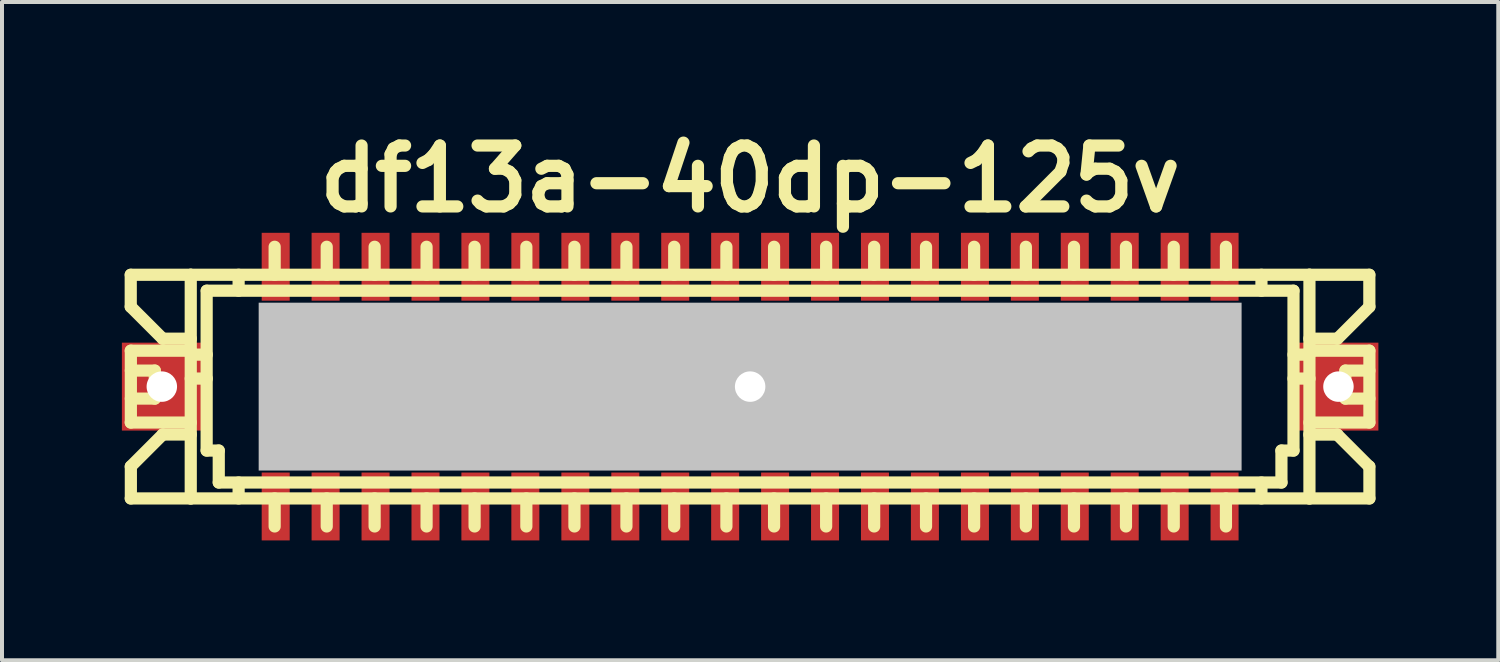
<source format=kicad_pcb>
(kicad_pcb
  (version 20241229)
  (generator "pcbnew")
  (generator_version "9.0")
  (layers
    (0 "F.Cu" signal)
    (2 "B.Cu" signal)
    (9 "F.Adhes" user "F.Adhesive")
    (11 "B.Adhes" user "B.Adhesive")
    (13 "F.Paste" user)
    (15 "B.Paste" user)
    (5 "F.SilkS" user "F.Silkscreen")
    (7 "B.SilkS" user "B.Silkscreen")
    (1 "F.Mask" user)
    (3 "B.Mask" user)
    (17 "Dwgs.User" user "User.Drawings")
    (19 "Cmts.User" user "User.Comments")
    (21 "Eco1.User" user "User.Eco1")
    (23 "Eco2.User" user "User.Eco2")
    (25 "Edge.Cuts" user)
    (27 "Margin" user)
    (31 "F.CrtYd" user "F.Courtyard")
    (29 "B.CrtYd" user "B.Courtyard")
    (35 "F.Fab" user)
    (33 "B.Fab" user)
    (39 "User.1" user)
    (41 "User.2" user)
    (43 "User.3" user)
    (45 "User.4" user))
  (footprint "df13a-40dp-125v"
    (layer "F.Cu")
    (at 15.724 6.626)
    (property "Reference" "df13a-40dp-125v" (at 0 -5.199 0) (layer "F.SilkS") (effects (font (size 1.524 1.524) (thickness 0.305))))
    (attr through_hole)
    (fp_line (start -15.502 -2.799) (end -15.502 -1.999) (stroke (width 0.305) (type solid)) (layer "F.SilkS"))
    (fp_line (start -15.502 -1.999) (end -14.702 -1.199) (stroke (width 0.305) (type solid)) (layer "F.SilkS"))
    (fp_line (start -15.502 -0.899) (end -14 -0.899) (stroke (width 0.305) (type solid)) (layer "F.SilkS"))
    (fp_line (start -15.502 0.899) (end -14 0.899) (stroke (width 0.305) (type solid)) (layer "F.SilkS"))
    (fp_line (start -15.502 2.799) (end -14 2.799) (stroke (width 0.305) (type solid)) (layer "F.SilkS"))
    (fp_line (start -15.499 -0.401) (end -14.9 -0.401) (stroke (width 0.305) (type solid)) (layer "F.SilkS"))
    (fp_line (start -15.499 0.899) (end -15.499 -0.899) (stroke (width 0.305) (type solid)) (layer "F.SilkS"))
    (fp_line (start -15.499 2.799) (end -15.499 1.999) (stroke (width 0.305) (type solid)) (layer "F.SilkS"))
    (fp_line (start -14.9 -0.401) (end -14.9 0.3) (stroke (width 0.305) (type solid)) (layer "F.SilkS"))
    (fp_line (start -14.9 0.3) (end -15.499 0.3) (stroke (width 0.305) (type solid)) (layer "F.SilkS"))
    (fp_line (start -14.702 -1.199) (end -14 -1.199) (stroke (width 0.305) (type solid)) (layer "F.SilkS"))
    (fp_line (start -14.702 1.199) (end -15.502 1.999) (stroke (width 0.305) (type solid)) (layer "F.SilkS"))
    (fp_line (start -14 -2.799) (end -15.502 -2.799) (stroke (width 0.305) (type solid)) (layer "F.SilkS"))
    (fp_line (start -14 -2.799) (end -14 2.799) (stroke (width 0.305) (type solid)) (layer "F.SilkS"))
    (fp_line (start -14 -0.8) (end -13.599 -0.8) (stroke (width 0.305) (type solid)) (layer "F.SilkS"))
    (fp_line (start -14 -0.201) (end -13.599 -0.201) (stroke (width 0.305) (type solid)) (layer "F.SilkS"))
    (fp_line (start -14 1.199) (end -14.702 1.199) (stroke (width 0.305) (type solid)) (layer "F.SilkS"))
    (fp_line (start -14 2.799) (end 14 2.799) (stroke (width 0.305) (type solid)) (layer "F.SilkS"))
    (fp_line (start -13.602 1.6) (end -13.602 -2.4) (stroke (width 0.305) (type solid)) (layer "F.SilkS"))
    (fp_line (start -13.599 -2.4) (end 13.599 -2.4) (stroke (width 0.305) (type solid)) (layer "F.SilkS"))
    (fp_line (start -13.299 1.6) (end -13.602 1.6) (stroke (width 0.305) (type solid)) (layer "F.SilkS"))
    (fp_line (start -13.299 2.4) (end -13.299 1.6) (stroke (width 0.305) (type solid)) (layer "F.SilkS"))
    (fp_line (start -12.802 -2.799) (end -12.802 -2.4) (stroke (width 0.305) (type solid)) (layer "F.SilkS"))
    (fp_line (start -12.802 2.4) (end -12.802 2.799) (stroke (width 0.305) (type solid)) (layer "F.SilkS"))
    (fp_line (start -12.002 -0.701) (end -12.002 -0.5) (stroke (width 0.305) (type solid)) (layer "F.SilkS"))
    (fp_line (start -12.002 -0.5) (end -11.801 -0.5) (stroke (width 0.305) (type solid)) (layer "F.SilkS"))
    (fp_line (start -12.002 0.498) (end -12.002 0.699) (stroke (width 0.305) (type solid)) (layer "F.SilkS"))
    (fp_line (start -12.002 0.699) (end -11.801 0.699) (stroke (width 0.305) (type solid)) (layer "F.SilkS"))
    (fp_line (start -11.9 -3.5) (end -11.9 -2.799) (stroke (width 0.305) (type solid)) (layer "F.SilkS"))
    (fp_line (start -11.9 2.799) (end -11.9 3.5) (stroke (width 0.305) (type solid)) (layer "F.SilkS"))
    (fp_line (start -11.801 -0.701) (end -12.002 -0.701) (stroke (width 0.305) (type solid)) (layer "F.SilkS"))
    (fp_line (start -11.801 -0.5) (end -11.801 -0.701) (stroke (width 0.305) (type solid)) (layer "F.SilkS"))
    (fp_line (start -11.801 0.498) (end -12.002 0.498) (stroke (width 0.305) (type solid)) (layer "F.SilkS"))
    (fp_line (start -11.801 0.699) (end -11.801 0.498) (stroke (width 0.305) (type solid)) (layer "F.SilkS"))
    (fp_line (start -10.698 -0.699) (end -10.5 -0.699) (stroke (width 0.305) (type solid)) (layer "F.SilkS"))
    (fp_line (start -10.698 -0.5) (end -10.698 -0.699) (stroke (width 0.305) (type solid)) (layer "F.SilkS"))
    (fp_line (start -10.698 0.5) (end -10.5 0.5) (stroke (width 0.305) (type solid)) (layer "F.SilkS"))
    (fp_line (start -10.698 0.699) (end -10.698 0.5) (stroke (width 0.305) (type solid)) (layer "F.SilkS"))
    (fp_line (start -10.597 -3.5) (end -10.597 -2.799) (stroke (width 0.305) (type solid)) (layer "F.SilkS"))
    (fp_line (start -10.597 2.799) (end -10.597 3.5) (stroke (width 0.305) (type solid)) (layer "F.SilkS"))
    (fp_line (start -10.5 -0.699) (end -10.5 -0.5) (stroke (width 0.305) (type solid)) (layer "F.SilkS"))
    (fp_line (start -10.5 -0.5) (end -10.698 -0.5) (stroke (width 0.305) (type solid)) (layer "F.SilkS"))
    (fp_line (start -10.5 0.5) (end -10.5 0.699) (stroke (width 0.305) (type solid)) (layer "F.SilkS"))
    (fp_line (start -10.5 0.699) (end -10.698 0.699) (stroke (width 0.305) (type solid)) (layer "F.SilkS"))
    (fp_line (start -9.502 -0.699) (end -9.304 -0.699) (stroke (width 0.305) (type solid)) (layer "F.SilkS"))
    (fp_line (start -9.502 -0.5) (end -9.502 -0.699) (stroke (width 0.305) (type solid)) (layer "F.SilkS"))
    (fp_line (start -9.502 0.5) (end -9.304 0.5) (stroke (width 0.305) (type solid)) (layer "F.SilkS"))
    (fp_line (start -9.502 0.699) (end -9.502 0.5) (stroke (width 0.305) (type solid)) (layer "F.SilkS"))
    (fp_line (start -9.398 -3.5) (end -9.398 -2.799) (stroke (width 0.305) (type solid)) (layer "F.SilkS"))
    (fp_line (start -9.398 2.799) (end -9.398 3.5) (stroke (width 0.305) (type solid)) (layer "F.SilkS"))
    (fp_line (start -9.304 -0.699) (end -9.304 -0.5) (stroke (width 0.305) (type solid)) (layer "F.SilkS"))
    (fp_line (start -9.304 -0.5) (end -9.502 -0.5) (stroke (width 0.305) (type solid)) (layer "F.SilkS"))
    (fp_line (start -9.304 0.5) (end -9.304 0.699) (stroke (width 0.305) (type solid)) (layer "F.SilkS"))
    (fp_line (start -9.304 0.699) (end -9.502 0.699) (stroke (width 0.305) (type solid)) (layer "F.SilkS"))
    (fp_line (start -8.199 -0.699) (end -8.001 -0.699) (stroke (width 0.305) (type solid)) (layer "F.SilkS"))
    (fp_line (start -8.199 -0.5) (end -8.199 -0.699) (stroke (width 0.305) (type solid)) (layer "F.SilkS"))
    (fp_line (start -8.199 0.5) (end -8.001 0.5) (stroke (width 0.305) (type solid)) (layer "F.SilkS"))
    (fp_line (start -8.199 0.699) (end -8.199 0.5) (stroke (width 0.305) (type solid)) (layer "F.SilkS"))
    (fp_line (start -8.098 -3.5) (end -8.098 -2.799) (stroke (width 0.305) (type solid)) (layer "F.SilkS"))
    (fp_line (start -8.098 2.799) (end -8.098 3.5) (stroke (width 0.305) (type solid)) (layer "F.SilkS"))
    (fp_line (start -8.001 -0.699) (end -8.001 -0.5) (stroke (width 0.305) (type solid)) (layer "F.SilkS"))
    (fp_line (start -8.001 -0.5) (end -8.199 -0.5) (stroke (width 0.305) (type solid)) (layer "F.SilkS"))
    (fp_line (start -8.001 0.5) (end -8.001 0.699) (stroke (width 0.305) (type solid)) (layer "F.SilkS"))
    (fp_line (start -8.001 0.699) (end -8.199 0.699) (stroke (width 0.305) (type solid)) (layer "F.SilkS"))
    (fp_line (start -6.998 -0.701) (end -6.797 -0.701) (stroke (width 0.305) (type solid)) (layer "F.SilkS"))
    (fp_line (start -6.998 -0.5) (end -6.998 -0.701) (stroke (width 0.305) (type solid)) (layer "F.SilkS"))
    (fp_line (start -6.998 0.498) (end -6.797 0.498) (stroke (width 0.305) (type solid)) (layer "F.SilkS"))
    (fp_line (start -6.998 0.699) (end -6.998 0.498) (stroke (width 0.305) (type solid)) (layer "F.SilkS"))
    (fp_line (start -6.896 -3.5) (end -6.896 -2.799) (stroke (width 0.305) (type solid)) (layer "F.SilkS"))
    (fp_line (start -6.896 2.799) (end -6.896 3.5) (stroke (width 0.305) (type solid)) (layer "F.SilkS"))
    (fp_line (start -6.797 -0.701) (end -6.797 -0.5) (stroke (width 0.305) (type solid)) (layer "F.SilkS"))
    (fp_line (start -6.797 -0.5) (end -6.998 -0.5) (stroke (width 0.305) (type solid)) (layer "F.SilkS"))
    (fp_line (start -6.797 0.498) (end -6.797 0.699) (stroke (width 0.305) (type solid)) (layer "F.SilkS"))
    (fp_line (start -6.797 0.699) (end -6.998 0.699) (stroke (width 0.305) (type solid)) (layer "F.SilkS"))
    (fp_line (start -5.702 -0.704) (end -5.702 -0.503) (stroke (width 0.305) (type solid)) (layer "F.SilkS"))
    (fp_line (start -5.702 -0.503) (end -5.502 -0.503) (stroke (width 0.305) (type solid)) (layer "F.SilkS"))
    (fp_line (start -5.702 0.495) (end -5.702 0.696) (stroke (width 0.305) (type solid)) (layer "F.SilkS"))
    (fp_line (start -5.702 0.696) (end -5.502 0.696) (stroke (width 0.305) (type solid)) (layer "F.SilkS"))
    (fp_line (start -5.601 -3.5) (end -5.601 -2.799) (stroke (width 0.305) (type solid)) (layer "F.SilkS"))
    (fp_line (start -5.601 2.799) (end -5.601 3.5) (stroke (width 0.305) (type solid)) (layer "F.SilkS"))
    (fp_line (start -5.502 -0.704) (end -5.702 -0.704) (stroke (width 0.305) (type solid)) (layer "F.SilkS"))
    (fp_line (start -5.502 -0.503) (end -5.502 -0.704) (stroke (width 0.305) (type solid)) (layer "F.SilkS"))
    (fp_line (start -5.502 0.495) (end -5.702 0.495) (stroke (width 0.305) (type solid)) (layer "F.SilkS"))
    (fp_line (start -5.502 0.696) (end -5.502 0.495) (stroke (width 0.305) (type solid)) (layer "F.SilkS"))
    (fp_line (start -4.501 -0.701) (end -4.303 -0.701) (stroke (width 0.305) (type solid)) (layer "F.SilkS"))
    (fp_line (start -4.501 -0.503) (end -4.501 -0.701) (stroke (width 0.305) (type solid)) (layer "F.SilkS"))
    (fp_line (start -4.501 0.498) (end -4.303 0.498) (stroke (width 0.305) (type solid)) (layer "F.SilkS"))
    (fp_line (start -4.501 0.696) (end -4.501 0.498) (stroke (width 0.305) (type solid)) (layer "F.SilkS"))
    (fp_line (start -4.397 -3.5) (end -4.397 -2.799) (stroke (width 0.305) (type solid)) (layer "F.SilkS"))
    (fp_line (start -4.397 2.799) (end -4.397 3.5) (stroke (width 0.305) (type solid)) (layer "F.SilkS"))
    (fp_line (start -4.303 -0.701) (end -4.303 -0.503) (stroke (width 0.305) (type solid)) (layer "F.SilkS"))
    (fp_line (start -4.303 -0.503) (end -4.501 -0.503) (stroke (width 0.305) (type solid)) (layer "F.SilkS"))
    (fp_line (start -4.303 0.498) (end -4.303 0.696) (stroke (width 0.305) (type solid)) (layer "F.SilkS"))
    (fp_line (start -4.303 0.696) (end -4.501 0.696) (stroke (width 0.305) (type solid)) (layer "F.SilkS"))
    (fp_line (start -3.203 -0.701) (end -3.005 -0.701) (stroke (width 0.305) (type solid)) (layer "F.SilkS"))
    (fp_line (start -3.203 -0.503) (end -3.203 -0.701) (stroke (width 0.305) (type solid)) (layer "F.SilkS"))
    (fp_line (start -3.203 0.498) (end -3.005 0.498) (stroke (width 0.305) (type solid)) (layer "F.SilkS"))
    (fp_line (start -3.203 0.696) (end -3.203 0.498) (stroke (width 0.305) (type solid)) (layer "F.SilkS"))
    (fp_line (start -3.096 -3.5) (end -3.096 -2.799) (stroke (width 0.305) (type solid)) (layer "F.SilkS"))
    (fp_line (start -3.096 2.799) (end -3.096 3.5) (stroke (width 0.305) (type solid)) (layer "F.SilkS"))
    (fp_line (start -3.005 -0.701) (end -3.005 -0.503) (stroke (width 0.305) (type solid)) (layer "F.SilkS"))
    (fp_line (start -3.005 -0.503) (end -3.203 -0.503) (stroke (width 0.305) (type solid)) (layer "F.SilkS"))
    (fp_line (start -3.005 0.498) (end -3.005 0.696) (stroke (width 0.305) (type solid)) (layer "F.SilkS"))
    (fp_line (start -3.005 0.696) (end -3.203 0.696) (stroke (width 0.305) (type solid)) (layer "F.SilkS"))
    (fp_line (start -2.002 -0.701) (end -1.803 -0.701) (stroke (width 0.305) (type solid)) (layer "F.SilkS"))
    (fp_line (start -2.002 -0.503) (end -2.002 -0.701) (stroke (width 0.305) (type solid)) (layer "F.SilkS"))
    (fp_line (start -2.002 0.498) (end -1.803 0.498) (stroke (width 0.305) (type solid)) (layer "F.SilkS"))
    (fp_line (start -2.002 0.696) (end -2.002 0.498) (stroke (width 0.305) (type solid)) (layer "F.SilkS"))
    (fp_line (start -1.9 -3.5) (end -1.9 -2.799) (stroke (width 0.305) (type solid)) (layer "F.SilkS"))
    (fp_line (start -1.9 2.799) (end -1.9 3.5) (stroke (width 0.305) (type solid)) (layer "F.SilkS"))
    (fp_line (start -1.803 -0.701) (end -1.803 -0.503) (stroke (width 0.305) (type solid)) (layer "F.SilkS"))
    (fp_line (start -1.803 -0.503) (end -2.002 -0.503) (stroke (width 0.305) (type solid)) (layer "F.SilkS"))
    (fp_line (start -1.803 0.498) (end -1.803 0.696) (stroke (width 0.305) (type solid)) (layer "F.SilkS"))
    (fp_line (start -1.803 0.696) (end -2.002 0.696) (stroke (width 0.305) (type solid)) (layer "F.SilkS"))
    (fp_line (start -0.699 -0.704) (end -0.498 -0.704) (stroke (width 0.305) (type solid)) (layer "F.SilkS"))
    (fp_line (start -0.699 -0.503) (end -0.699 -0.704) (stroke (width 0.305) (type solid)) (layer "F.SilkS"))
    (fp_line (start -0.699 0.495) (end -0.498 0.495) (stroke (width 0.305) (type solid)) (layer "F.SilkS"))
    (fp_line (start -0.699 0.696) (end -0.699 0.495) (stroke (width 0.305) (type solid)) (layer "F.SilkS"))
    (fp_line (start -0.594 -3.5) (end -0.594 -2.799) (stroke (width 0.305) (type solid)) (layer "F.SilkS"))
    (fp_line (start -0.594 2.799) (end -0.594 3.5) (stroke (width 0.305) (type solid)) (layer "F.SilkS"))
    (fp_line (start -0.498 -0.704) (end -0.498 -0.503) (stroke (width 0.305) (type solid)) (layer "F.SilkS"))
    (fp_line (start -0.498 -0.503) (end -0.699 -0.503) (stroke (width 0.305) (type solid)) (layer "F.SilkS"))
    (fp_line (start -0.498 0.495) (end -0.498 0.696) (stroke (width 0.305) (type solid)) (layer "F.SilkS"))
    (fp_line (start -0.498 0.696) (end -0.699 0.696) (stroke (width 0.305) (type solid)) (layer "F.SilkS"))
    (fp_line (start 0.498 -0.704) (end 0.498 -0.503) (stroke (width 0.305) (type solid)) (layer "F.SilkS"))
    (fp_line (start 0.498 -0.503) (end 0.699 -0.503) (stroke (width 0.305) (type solid)) (layer "F.SilkS"))
    (fp_line (start 0.498 0.495) (end 0.498 0.696) (stroke (width 0.305) (type solid)) (layer "F.SilkS"))
    (fp_line (start 0.498 0.696) (end 0.699 0.696) (stroke (width 0.305) (type solid)) (layer "F.SilkS"))
    (fp_line (start 0.599 -3.5) (end 0.599 -2.799) (stroke (width 0.305) (type solid)) (layer "F.SilkS"))
    (fp_line (start 0.599 2.799) (end 0.599 3.5) (stroke (width 0.305) (type solid)) (layer "F.SilkS"))
    (fp_line (start 0.699 -0.704) (end 0.498 -0.704) (stroke (width 0.305) (type solid)) (layer "F.SilkS"))
    (fp_line (start 0.699 -0.503) (end 0.699 -0.704) (stroke (width 0.305) (type solid)) (layer "F.SilkS"))
    (fp_line (start 0.699 0.495) (end 0.498 0.495) (stroke (width 0.305) (type solid)) (layer "F.SilkS"))
    (fp_line (start 0.699 0.696) (end 0.699 0.495) (stroke (width 0.305) (type solid)) (layer "F.SilkS"))
    (fp_line (start 1.798 -0.701) (end 1.996 -0.701) (stroke (width 0.305) (type solid)) (layer "F.SilkS"))
    (fp_line (start 1.798 -0.503) (end 1.798 -0.701) (stroke (width 0.305) (type solid)) (layer "F.SilkS"))
    (fp_line (start 1.798 0.498) (end 1.996 0.498) (stroke (width 0.305) (type solid)) (layer "F.SilkS"))
    (fp_line (start 1.798 0.696) (end 1.798 0.498) (stroke (width 0.305) (type solid)) (layer "F.SilkS"))
    (fp_line (start 1.902 -3.5) (end 1.902 -2.799) (stroke (width 0.305) (type solid)) (layer "F.SilkS"))
    (fp_line (start 1.902 2.799) (end 1.902 3.5) (stroke (width 0.305) (type solid)) (layer "F.SilkS"))
    (fp_line (start 1.996 -0.701) (end 1.996 -0.503) (stroke (width 0.305) (type solid)) (layer "F.SilkS"))
    (fp_line (start 1.996 -0.503) (end 1.798 -0.503) (stroke (width 0.305) (type solid)) (layer "F.SilkS"))
    (fp_line (start 1.996 0.498) (end 1.996 0.696) (stroke (width 0.305) (type solid)) (layer "F.SilkS"))
    (fp_line (start 1.996 0.696) (end 1.798 0.696) (stroke (width 0.305) (type solid)) (layer "F.SilkS"))
    (fp_line (start 2.997 -0.701) (end 3.195 -0.701) (stroke (width 0.305) (type solid)) (layer "F.SilkS"))
    (fp_line (start 2.997 -0.503) (end 2.997 -0.701) (stroke (width 0.305) (type solid)) (layer "F.SilkS"))
    (fp_line (start 2.997 0.498) (end 3.195 0.498) (stroke (width 0.305) (type solid)) (layer "F.SilkS"))
    (fp_line (start 2.997 0.696) (end 2.997 0.498) (stroke (width 0.305) (type solid)) (layer "F.SilkS"))
    (fp_line (start 3.104 -3.5) (end 3.104 -2.799) (stroke (width 0.305) (type solid)) (layer "F.SilkS"))
    (fp_line (start 3.104 2.799) (end 3.104 3.5) (stroke (width 0.305) (type solid)) (layer "F.SilkS"))
    (fp_line (start 3.195 -0.701) (end 3.195 -0.503) (stroke (width 0.305) (type solid)) (layer "F.SilkS"))
    (fp_line (start 3.195 -0.503) (end 2.997 -0.503) (stroke (width 0.305) (type solid)) (layer "F.SilkS"))
    (fp_line (start 3.195 0.498) (end 3.195 0.696) (stroke (width 0.305) (type solid)) (layer "F.SilkS"))
    (fp_line (start 3.195 0.696) (end 2.997 0.696) (stroke (width 0.305) (type solid)) (layer "F.SilkS"))
    (fp_line (start 4.295 -0.701) (end 4.493 -0.701) (stroke (width 0.305) (type solid)) (layer "F.SilkS"))
    (fp_line (start 4.295 -0.503) (end 4.295 -0.701) (stroke (width 0.305) (type solid)) (layer "F.SilkS"))
    (fp_line (start 4.295 0.498) (end 4.493 0.498) (stroke (width 0.305) (type solid)) (layer "F.SilkS"))
    (fp_line (start 4.295 0.696) (end 4.295 0.498) (stroke (width 0.305) (type solid)) (layer "F.SilkS"))
    (fp_line (start 4.402 -3.5) (end 4.402 -2.799) (stroke (width 0.305) (type solid)) (layer "F.SilkS"))
    (fp_line (start 4.402 2.799) (end 4.402 3.5) (stroke (width 0.305) (type solid)) (layer "F.SilkS"))
    (fp_line (start 4.493 -0.701) (end 4.493 -0.503) (stroke (width 0.305) (type solid)) (layer "F.SilkS"))
    (fp_line (start 4.493 -0.503) (end 4.295 -0.503) (stroke (width 0.305) (type solid)) (layer "F.SilkS"))
    (fp_line (start 4.493 0.498) (end 4.493 0.696) (stroke (width 0.305) (type solid)) (layer "F.SilkS"))
    (fp_line (start 4.493 0.696) (end 4.295 0.696) (stroke (width 0.305) (type solid)) (layer "F.SilkS"))
    (fp_line (start 5.499 -0.704) (end 5.7 -0.704) (stroke (width 0.305) (type solid)) (layer "F.SilkS"))
    (fp_line (start 5.499 -0.503) (end 5.499 -0.704) (stroke (width 0.305) (type solid)) (layer "F.SilkS"))
    (fp_line (start 5.499 0.495) (end 5.7 0.495) (stroke (width 0.305) (type solid)) (layer "F.SilkS"))
    (fp_line (start 5.499 0.696) (end 5.499 0.495) (stroke (width 0.305) (type solid)) (layer "F.SilkS"))
    (fp_line (start 5.606 -3.5) (end 5.606 -2.799) (stroke (width 0.305) (type solid)) (layer "F.SilkS"))
    (fp_line (start 5.606 2.799) (end 5.606 3.5) (stroke (width 0.305) (type solid)) (layer "F.SilkS"))
    (fp_line (start 5.7 -0.704) (end 5.7 -0.503) (stroke (width 0.305) (type solid)) (layer "F.SilkS"))
    (fp_line (start 5.7 -0.503) (end 5.499 -0.503) (stroke (width 0.305) (type solid)) (layer "F.SilkS"))
    (fp_line (start 5.7 0.495) (end 5.7 0.696) (stroke (width 0.305) (type solid)) (layer "F.SilkS"))
    (fp_line (start 5.7 0.696) (end 5.499 0.696) (stroke (width 0.305) (type solid)) (layer "F.SilkS"))
    (fp_line (start 6.797 -0.704) (end 6.797 -0.503) (stroke (width 0.305) (type solid)) (layer "F.SilkS"))
    (fp_line (start 6.797 -0.503) (end 6.998 -0.503) (stroke (width 0.305) (type solid)) (layer "F.SilkS"))
    (fp_line (start 6.797 0.495) (end 6.797 0.696) (stroke (width 0.305) (type solid)) (layer "F.SilkS"))
    (fp_line (start 6.797 0.696) (end 6.998 0.696) (stroke (width 0.305) (type solid)) (layer "F.SilkS"))
    (fp_line (start 6.901 -3.5) (end 6.901 -2.799) (stroke (width 0.305) (type solid)) (layer "F.SilkS"))
    (fp_line (start 6.901 2.799) (end 6.901 3.5) (stroke (width 0.305) (type solid)) (layer "F.SilkS"))
    (fp_line (start 6.998 -0.704) (end 6.797 -0.704) (stroke (width 0.305) (type solid)) (layer "F.SilkS"))
    (fp_line (start 6.998 -0.503) (end 6.998 -0.704) (stroke (width 0.305) (type solid)) (layer "F.SilkS"))
    (fp_line (start 6.998 0.495) (end 6.797 0.495) (stroke (width 0.305) (type solid)) (layer "F.SilkS"))
    (fp_line (start 6.998 0.696) (end 6.998 0.495) (stroke (width 0.305) (type solid)) (layer "F.SilkS"))
    (fp_line (start 7.998 -0.701) (end 8.197 -0.701) (stroke (width 0.305) (type solid)) (layer "F.SilkS"))
    (fp_line (start 7.998 -0.503) (end 7.998 -0.701) (stroke (width 0.305) (type solid)) (layer "F.SilkS"))
    (fp_line (start 7.998 0.498) (end 8.197 0.498) (stroke (width 0.305) (type solid)) (layer "F.SilkS"))
    (fp_line (start 7.998 0.696) (end 7.998 0.498) (stroke (width 0.305) (type solid)) (layer "F.SilkS"))
    (fp_line (start 8.105 -3.5) (end 8.105 -2.799) (stroke (width 0.305) (type solid)) (layer "F.SilkS"))
    (fp_line (start 8.105 2.799) (end 8.105 3.5) (stroke (width 0.305) (type solid)) (layer "F.SilkS"))
    (fp_line (start 8.197 -0.701) (end 8.197 -0.503) (stroke (width 0.305) (type solid)) (layer "F.SilkS"))
    (fp_line (start 8.197 -0.503) (end 7.998 -0.503) (stroke (width 0.305) (type solid)) (layer "F.SilkS"))
    (fp_line (start 8.197 0.498) (end 8.197 0.696) (stroke (width 0.305) (type solid)) (layer "F.SilkS"))
    (fp_line (start 8.197 0.696) (end 7.998 0.696) (stroke (width 0.305) (type solid)) (layer "F.SilkS"))
    (fp_line (start 9.296 -0.701) (end 9.495 -0.701) (stroke (width 0.305) (type solid)) (layer "F.SilkS"))
    (fp_line (start 9.296 -0.503) (end 9.296 -0.701) (stroke (width 0.305) (type solid)) (layer "F.SilkS"))
    (fp_line (start 9.296 0.498) (end 9.495 0.498) (stroke (width 0.305) (type solid)) (layer "F.SilkS"))
    (fp_line (start 9.296 0.696) (end 9.296 0.498) (stroke (width 0.305) (type solid)) (layer "F.SilkS"))
    (fp_line (start 9.406 -3.5) (end 9.406 -2.799) (stroke (width 0.305) (type solid)) (layer "F.SilkS"))
    (fp_line (start 9.406 2.799) (end 9.406 3.5) (stroke (width 0.305) (type solid)) (layer "F.SilkS"))
    (fp_line (start 9.495 -0.701) (end 9.495 -0.503) (stroke (width 0.305) (type solid)) (layer "F.SilkS"))
    (fp_line (start 9.495 -0.503) (end 9.296 -0.503) (stroke (width 0.305) (type solid)) (layer "F.SilkS"))
    (fp_line (start 9.495 0.498) (end 9.495 0.696) (stroke (width 0.305) (type solid)) (layer "F.SilkS"))
    (fp_line (start 9.495 0.696) (end 9.296 0.696) (stroke (width 0.305) (type solid)) (layer "F.SilkS"))
    (fp_line (start 10.493 -0.701) (end 10.691 -0.701) (stroke (width 0.305) (type solid)) (layer "F.SilkS"))
    (fp_line (start 10.493 -0.503) (end 10.493 -0.701) (stroke (width 0.305) (type solid)) (layer "F.SilkS"))
    (fp_line (start 10.493 0.498) (end 10.691 0.498) (stroke (width 0.305) (type solid)) (layer "F.SilkS"))
    (fp_line (start 10.493 0.696) (end 10.493 0.498) (stroke (width 0.305) (type solid)) (layer "F.SilkS"))
    (fp_line (start 10.602 -3.5) (end 10.602 -2.799) (stroke (width 0.305) (type solid)) (layer "F.SilkS"))
    (fp_line (start 10.602 2.799) (end 10.602 3.5) (stroke (width 0.305) (type solid)) (layer "F.SilkS"))
    (fp_line (start 10.691 -0.701) (end 10.691 -0.503) (stroke (width 0.305) (type solid)) (layer "F.SilkS"))
    (fp_line (start 10.691 -0.503) (end 10.493 -0.503) (stroke (width 0.305) (type solid)) (layer "F.SilkS"))
    (fp_line (start 10.691 0.498) (end 10.691 0.696) (stroke (width 0.305) (type solid)) (layer "F.SilkS"))
    (fp_line (start 10.691 0.696) (end 10.493 0.696) (stroke (width 0.305) (type solid)) (layer "F.SilkS"))
    (fp_line (start 11.798 -0.704) (end 11.999 -0.704) (stroke (width 0.305) (type solid)) (layer "F.SilkS"))
    (fp_line (start 11.798 -0.503) (end 11.798 -0.704) (stroke (width 0.305) (type solid)) (layer "F.SilkS"))
    (fp_line (start 11.798 0.495) (end 11.999 0.495) (stroke (width 0.305) (type solid)) (layer "F.SilkS"))
    (fp_line (start 11.798 0.696) (end 11.798 0.495) (stroke (width 0.305) (type solid)) (layer "F.SilkS"))
    (fp_line (start 11.908 -3.5) (end 11.908 -2.799) (stroke (width 0.305) (type solid)) (layer "F.SilkS"))
    (fp_line (start 11.908 2.799) (end 11.908 3.5) (stroke (width 0.305) (type solid)) (layer "F.SilkS"))
    (fp_line (start 11.999 -0.704) (end 11.999 -0.503) (stroke (width 0.305) (type solid)) (layer "F.SilkS"))
    (fp_line (start 11.999 -0.503) (end 11.798 -0.503) (stroke (width 0.305) (type solid)) (layer "F.SilkS"))
    (fp_line (start 11.999 0.495) (end 11.999 0.696) (stroke (width 0.305) (type solid)) (layer "F.SilkS"))
    (fp_line (start 11.999 0.696) (end 11.798 0.696) (stroke (width 0.305) (type solid)) (layer "F.SilkS"))
    (fp_line (start 12.797 -2.799) (end 12.797 -2.4) (stroke (width 0.305) (type solid)) (layer "F.SilkS"))
    (fp_line (start 12.797 2.4) (end 12.797 2.799) (stroke (width 0.305) (type solid)) (layer "F.SilkS"))
    (fp_line (start 13.297 1.6) (end 13.297 2.4) (stroke (width 0.305) (type solid)) (layer "F.SilkS"))
    (fp_line (start 13.299 2.4) (end -13.299 2.4) (stroke (width 0.305) (type solid)) (layer "F.SilkS"))
    (fp_line (start 13.599 -2.4) (end 13.599 1.6) (stroke (width 0.305) (type solid)) (layer "F.SilkS"))
    (fp_line (start 13.599 -0.201) (end 14 -0.201) (stroke (width 0.305) (type solid)) (layer "F.SilkS"))
    (fp_line (start 13.599 1.6) (end 13.297 1.6) (stroke (width 0.305) (type solid)) (layer "F.SilkS"))
    (fp_line (start 13.995 -1.199) (end 14.696 -1.199) (stroke (width 0.305) (type solid)) (layer "F.SilkS"))
    (fp_line (start 13.995 1.201) (end 14.696 1.201) (stroke (width 0.305) (type solid)) (layer "F.SilkS"))
    (fp_line (start 13.998 2.799) (end 13.998 -2.799) (stroke (width 0.305) (type solid)) (layer "F.SilkS"))
    (fp_line (start 13.998 2.799) (end 15.499 2.799) (stroke (width 0.305) (type solid)) (layer "F.SilkS"))
    (fp_line (start 14 -2.799) (end -14 -2.799) (stroke (width 0.305) (type solid)) (layer "F.SilkS"))
    (fp_line (start 14 -0.8) (end 13.599 -0.8) (stroke (width 0.305) (type solid)) (layer "F.SilkS"))
    (fp_line (start 14.694 1.201) (end 15.494 2.002) (stroke (width 0.305) (type solid)) (layer "F.SilkS"))
    (fp_line (start 14.699 -1.199) (end 15.499 -1.999) (stroke (width 0.305) (type solid)) (layer "F.SilkS"))
    (fp_line (start 14.897 -0.401) (end 14.897 0.3) (stroke (width 0.305) (type solid)) (layer "F.SilkS"))
    (fp_line (start 14.9 -0.401) (end 15.499 -0.401) (stroke (width 0.305) (type solid)) (layer "F.SilkS"))
    (fp_line (start 14.9 0.3) (end 15.499 0.3) (stroke (width 0.305) (type solid)) (layer "F.SilkS"))
    (fp_line (start 15.497 -2.799) (end 13.995 -2.799) (stroke (width 0.305) (type solid)) (layer "F.SilkS"))
    (fp_line (start 15.497 -2.799) (end 15.497 -1.999) (stroke (width 0.305) (type solid)) (layer "F.SilkS"))
    (fp_line (start 15.497 -0.899) (end 13.998 -0.899) (stroke (width 0.305) (type solid)) (layer "F.SilkS"))
    (fp_line (start 15.497 0.899) (end 13.998 0.899) (stroke (width 0.305) (type solid)) (layer "F.SilkS"))
    (fp_line (start 15.499 -0.899) (end 15.499 0.899) (stroke (width 0.305) (type solid)) (layer "F.SilkS"))
    (fp_line (start 15.499 2.799) (end 15.499 1.999) (stroke (width 0.305) (type solid)) (layer "F.SilkS"))
    (pad "" np_thru_hole rect (at -14.724 0) (size 1.999 2.2) (drill 0.762) (layers "F.Cu" "F.Mask" "F.Paste"))
    (pad "" np_thru_hole rect (at 0 0) (size 24.6 4.201) (drill 0.762) (layers "Dwgs.User"))
    (pad "" np_thru_hole rect (at 14.724 0) (size 1.999 2.2) (drill 0.762) (layers "F.Cu" "F.Mask" "F.Paste"))
    (pad "1" smd rect (at -11.874 -3) (size 0.701 1.699) (layers "F.Cu" "F.Mask" "F.Paste"))
    (pad "2" smd rect (at -11.874 3) (size 0.701 1.699) (layers "F.Cu" "F.Mask" "F.Paste"))
    (pad "3" smd rect (at -10.625 -3) (size 0.701 1.699) (layers "F.Cu" "F.Mask" "F.Paste"))
    (pad "4" smd rect (at -10.625 3) (size 0.701 1.699) (layers "F.Cu" "F.Mask" "F.Paste"))
    (pad "5" smd rect (at -9.375 -3) (size 0.701 1.699) (layers "F.Cu" "F.Mask" "F.Paste"))
    (pad "6" smd rect (at -9.375 3) (size 0.701 1.699) (layers "F.Cu" "F.Mask" "F.Paste"))
    (pad "7" smd rect (at -8.125 -3) (size 0.701 1.699) (layers "F.Cu" "F.Mask" "F.Paste"))
    (pad "8" smd rect (at -8.125 3) (size 0.701 1.699) (layers "F.Cu" "F.Mask" "F.Paste"))
    (pad "9" smd rect (at -6.876 -3) (size 0.701 1.699) (layers "F.Cu" "F.Mask" "F.Paste"))
    (pad "10" smd rect (at -6.876 3) (size 0.701 1.699) (layers "F.Cu" "F.Mask" "F.Paste"))
    (pad "11" smd rect (at -5.626 -3) (size 0.701 1.699) (layers "F.Cu" "F.Mask" "F.Paste"))
    (pad "12" smd rect (at -5.626 3) (size 0.701 1.699) (layers "F.Cu" "F.Mask" "F.Paste"))
    (pad "13" smd rect (at -4.374 -3) (size 0.701 1.699) (layers "F.Cu" "F.Mask" "F.Paste"))
    (pad "14" smd rect (at -4.374 3) (size 0.701 1.699) (layers "F.Cu" "F.Mask" "F.Paste"))
    (pad "15" smd rect (at -3.124 -3) (size 0.701 1.699) (layers "F.Cu" "F.Mask" "F.Paste"))
    (pad "16" smd rect (at -3.124 3) (size 0.701 1.699) (layers "F.Cu" "F.Mask" "F.Paste"))
    (pad "17" smd rect (at -1.875 -3) (size 0.701 1.699) (layers "F.Cu" "F.Mask" "F.Paste"))
    (pad "18" smd rect (at -1.875 3) (size 0.701 1.699) (layers "F.Cu" "F.Mask" "F.Paste"))
    (pad "19" smd rect (at -0.625 -3) (size 0.701 1.699) (layers "F.Cu" "F.Mask" "F.Paste"))
    (pad "20" smd rect (at -0.625 3) (size 0.701 1.699) (layers "F.Cu" "F.Mask" "F.Paste"))
    (pad "21" smd rect (at 0.625 -3) (size 0.701 1.699) (layers "F.Cu" "F.Mask" "F.Paste"))
    (pad "22" smd rect (at 0.625 3) (size 0.701 1.699) (layers "F.Cu" "F.Mask" "F.Paste"))
    (pad "23" smd rect (at 1.875 -3) (size 0.701 1.699) (layers "F.Cu" "F.Mask" "F.Paste"))
    (pad "24" smd rect (at 1.875 3) (size 0.701 1.699) (layers "F.Cu" "F.Mask" "F.Paste"))
    (pad "25" smd rect (at 3.124 -3) (size 0.701 1.699) (layers "F.Cu" "F.Mask" "F.Paste"))
    (pad "26" smd rect (at 3.124 3) (size 0.701 1.699) (layers "F.Cu" "F.Mask" "F.Paste"))
    (pad "27" smd rect (at 4.374 -3) (size 0.701 1.699) (layers "F.Cu" "F.Mask" "F.Paste"))
    (pad "28" smd rect (at 4.374 3) (size 0.701 1.699) (layers "F.Cu" "F.Mask" "F.Paste"))
    (pad "29" smd rect (at 5.626 -3) (size 0.701 1.699) (layers "F.Cu" "F.Mask" "F.Paste"))
    (pad "30" smd rect (at 5.626 3) (size 0.701 1.699) (layers "F.Cu" "F.Mask" "F.Paste"))
    (pad "31" smd rect (at 6.876 -3) (size 0.701 1.699) (layers "F.Cu" "F.Mask" "F.Paste"))
    (pad "32" smd rect (at 6.876 3) (size 0.701 1.699) (layers "F.Cu" "F.Mask" "F.Paste"))
    (pad "33" smd rect (at 8.125 -3) (size 0.701 1.699) (layers "F.Cu" "F.Mask" "F.Paste"))
    (pad "34" smd rect (at 8.125 3) (size 0.701 1.699) (layers "F.Cu" "F.Mask" "F.Paste"))
    (pad "35" smd rect (at 9.375 -3) (size 0.701 1.699) (layers "F.Cu" "F.Mask" "F.Paste"))
    (pad "36" smd rect (at 9.375 3) (size 0.701 1.699) (layers "F.Cu" "F.Mask" "F.Paste"))
    (pad "37" smd rect (at 10.625 -3) (size 0.701 1.699) (layers "F.Cu" "F.Mask" "F.Paste"))
    (pad "38" smd rect (at 10.625 3) (size 0.701 1.699) (layers "F.Cu" "F.Mask" "F.Paste"))
    (pad "39" smd rect (at 11.874 -3) (size 0.701 1.699) (layers "F.Cu" "F.Mask" "F.Paste"))
    (pad "40" smd rect (at 11.874 3) (size 0.701 1.699) (layers "F.Cu" "F.Mask" "F.Paste")))
  (gr_rect
    (start -3 -3)
    (end 34.448 13.475)
    (stroke (width 0.1) (type default))
    (fill no)
    (layer "Edge.Cuts")))
</source>
